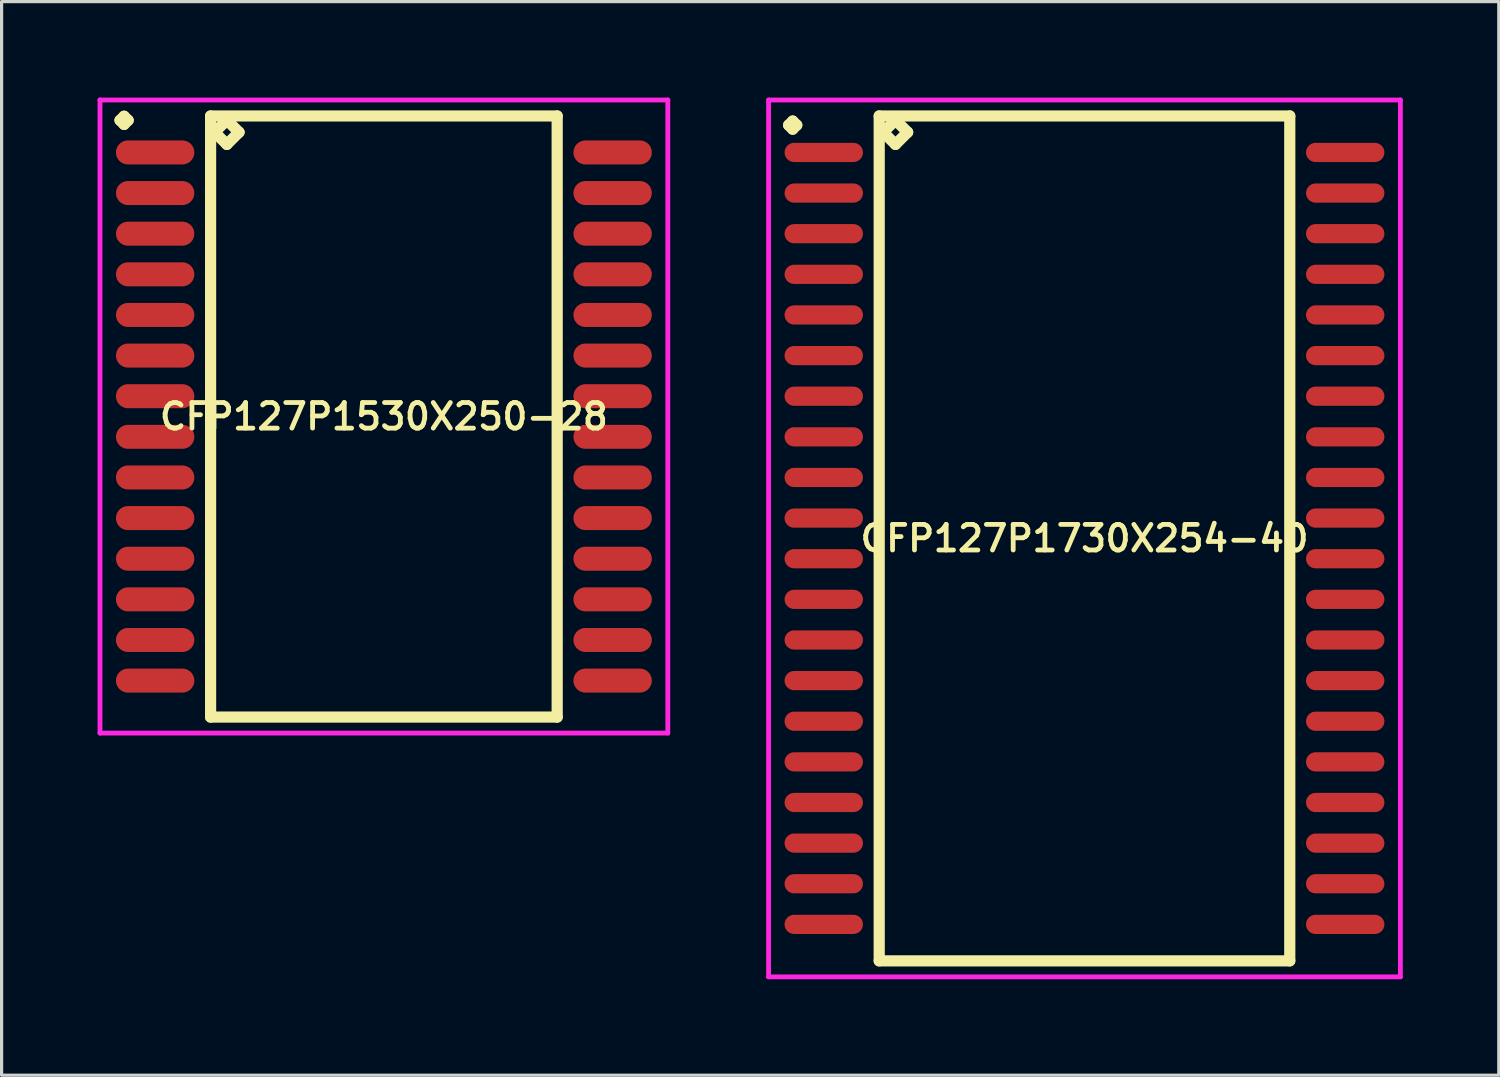
<source format=kicad_pcb>
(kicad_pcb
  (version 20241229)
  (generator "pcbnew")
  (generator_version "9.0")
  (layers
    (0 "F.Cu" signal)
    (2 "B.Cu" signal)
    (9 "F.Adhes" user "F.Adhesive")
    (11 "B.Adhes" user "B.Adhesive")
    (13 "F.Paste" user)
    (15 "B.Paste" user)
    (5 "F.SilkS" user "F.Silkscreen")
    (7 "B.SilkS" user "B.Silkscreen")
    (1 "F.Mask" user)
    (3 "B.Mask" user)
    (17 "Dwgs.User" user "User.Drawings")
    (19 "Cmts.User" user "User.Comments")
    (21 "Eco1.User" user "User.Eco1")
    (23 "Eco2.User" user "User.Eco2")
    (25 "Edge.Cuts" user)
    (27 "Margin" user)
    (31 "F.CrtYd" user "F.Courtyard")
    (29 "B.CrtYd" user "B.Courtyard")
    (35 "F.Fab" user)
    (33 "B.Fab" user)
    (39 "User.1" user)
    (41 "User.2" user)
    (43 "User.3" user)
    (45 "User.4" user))
  (footprint "CFP127P1530X250-28"
    (layer "F.Cu")
    (at 8.95 9.97)
    (property "Reference" "CFP127P1530X250-28" (at 0 0 0) (layer "F.SilkS") (effects (font (size 0.8 0.8) (thickness 0.15))))
    (attr smd)
    (fp_line (start -8.248 -9.259) (end -8.121 -9.386) (stroke (width 0.35) (type solid)) (layer "F.SilkS"))
    (fp_line (start -8.121 -9.386) (end -7.994 -9.259) (stroke (width 0.35) (type solid)) (layer "F.SilkS"))
    (fp_line (start -8.121 -9.132) (end -8.248 -9.259) (stroke (width 0.35) (type solid)) (layer "F.SilkS"))
    (fp_line (start -7.994 -9.259) (end -8.121 -9.132) (stroke (width 0.35) (type solid)) (layer "F.SilkS"))
    (fp_line (start -5.417 -9.395) (end -5.417 9.395) (stroke (width 0.35) (type solid)) (layer "F.SilkS"))
    (fp_line (start -5.417 9.395) (end 5.417 9.395) (stroke (width 0.35) (type solid)) (layer "F.SilkS"))
    (fp_line (start -5.29 -8.887) (end -4.909 -9.268) (stroke (width 0.35) (type solid)) (layer "F.SilkS"))
    (fp_line (start -4.909 -9.268) (end -4.528 -8.887) (stroke (width 0.35) (type solid)) (layer "F.SilkS"))
    (fp_line (start -4.909 -8.506) (end -5.29 -8.887) (stroke (width 0.35) (type solid)) (layer "F.SilkS"))
    (fp_line (start -4.528 -8.887) (end -4.909 -8.506) (stroke (width 0.35) (type solid)) (layer "F.SilkS"))
    (fp_line (start 5.417 -9.395) (end -5.417 -9.395) (stroke (width 0.35) (type solid)) (layer "F.SilkS"))
    (fp_line (start 5.417 9.395) (end 5.417 -9.395) (stroke (width 0.35) (type solid)) (layer "F.SilkS"))
    (fp_line (start -8.875 -9.895) (end 8.875 -9.895) (stroke (width 0.15) (type solid)) (layer "F.CrtYd"))
    (fp_line (start -8.875 9.895) (end -8.875 -9.895) (stroke (width 0.15) (type solid)) (layer "F.CrtYd"))
    (fp_line (start 8.875 -9.895) (end 8.875 9.895) (stroke (width 0.15) (type solid)) (layer "F.CrtYd"))
    (fp_line (start 8.875 9.895) (end -8.875 9.895) (stroke (width 0.15) (type solid)) (layer "F.CrtYd"))
    (pad "1" smd oval (at -7.15 -8.255) (size 2.45 0.75) (layers "F.Cu" "F.Mask" "F.Paste"))
    (pad "2" smd oval (at -7.15 -6.985) (size 2.45 0.75) (layers "F.Cu" "F.Mask" "F.Paste"))
    (pad "3" smd oval (at -7.15 -5.715) (size 2.45 0.75) (layers "F.Cu" "F.Mask" "F.Paste"))
    (pad "4" smd oval (at -7.15 -4.445) (size 2.45 0.75) (layers "F.Cu" "F.Mask" "F.Paste"))
    (pad "5" smd oval (at -7.15 -3.175) (size 2.45 0.75) (layers "F.Cu" "F.Mask" "F.Paste"))
    (pad "6" smd oval (at -7.15 -1.905) (size 2.45 0.75) (layers "F.Cu" "F.Mask" "F.Paste"))
    (pad "7" smd oval (at -7.15 -0.635) (size 2.45 0.75) (layers "F.Cu" "F.Mask" "F.Paste"))
    (pad "8" smd oval (at -7.15 0.635) (size 2.45 0.75) (layers "F.Cu" "F.Mask" "F.Paste"))
    (pad "9" smd oval (at -7.15 1.905) (size 2.45 0.75) (layers "F.Cu" "F.Mask" "F.Paste"))
    (pad "10" smd oval (at -7.15 3.175) (size 2.45 0.75) (layers "F.Cu" "F.Mask" "F.Paste"))
    (pad "11" smd oval (at -7.15 4.445) (size 2.45 0.75) (layers "F.Cu" "F.Mask" "F.Paste"))
    (pad "12" smd oval (at -7.15 5.715) (size 2.45 0.75) (layers "F.Cu" "F.Mask" "F.Paste"))
    (pad "13" smd oval (at -7.15 6.985) (size 2.45 0.75) (layers "F.Cu" "F.Mask" "F.Paste"))
    (pad "14" smd oval (at -7.15 8.255) (size 2.45 0.75) (layers "F.Cu" "F.Mask" "F.Paste"))
    (pad "15" smd oval (at 7.15 8.255) (size 2.45 0.75) (layers "F.Cu" "F.Mask" "F.Paste"))
    (pad "16" smd oval (at 7.15 6.985) (size 2.45 0.75) (layers "F.Cu" "F.Mask" "F.Paste"))
    (pad "17" smd oval (at 7.15 5.715) (size 2.45 0.75) (layers "F.Cu" "F.Mask" "F.Paste"))
    (pad "18" smd oval (at 7.15 4.445) (size 2.45 0.75) (layers "F.Cu" "F.Mask" "F.Paste"))
    (pad "19" smd oval (at 7.15 3.175) (size 2.45 0.75) (layers "F.Cu" "F.Mask" "F.Paste"))
    (pad "20" smd oval (at 7.15 1.905) (size 2.45 0.75) (layers "F.Cu" "F.Mask" "F.Paste"))
    (pad "21" smd oval (at 7.15 0.635) (size 2.45 0.75) (layers "F.Cu" "F.Mask" "F.Paste"))
    (pad "22" smd oval (at 7.15 -0.635) (size 2.45 0.75) (layers "F.Cu" "F.Mask" "F.Paste"))
    (pad "23" smd oval (at 7.15 -1.905) (size 2.45 0.75) (layers "F.Cu" "F.Mask" "F.Paste"))
    (pad "24" smd oval (at 7.15 -3.175) (size 2.45 0.75) (layers "F.Cu" "F.Mask" "F.Paste"))
    (pad "25" smd oval (at 7.15 -4.445) (size 2.45 0.75) (layers "F.Cu" "F.Mask" "F.Paste"))
    (pad "26" smd oval (at 7.15 -5.715) (size 2.45 0.75) (layers "F.Cu" "F.Mask" "F.Paste"))
    (pad "27" smd oval (at 7.15 -6.985) (size 2.45 0.75) (layers "F.Cu" "F.Mask" "F.Paste"))
    (pad "28" smd oval (at 7.15 -8.255) (size 2.45 0.75) (layers "F.Cu" "F.Mask" "F.Paste")))
  (footprint "CFP127P1730X254-40"
    (layer "F.Cu")
    (at 30.85 13.78)
    (property "Reference" "CFP127P1730X254-40" (at 0 0 0) (layer "F.SilkS") (effects (font (size 0.8 0.8) (thickness 0.15))))
    (attr smd)
    (fp_line (start -9.248 -12.919) (end -9.121 -13.046) (stroke (width 0.35) (type solid)) (layer "F.SilkS"))
    (fp_line (start -9.121 -13.046) (end -8.994 -12.919) (stroke (width 0.35) (type solid)) (layer "F.SilkS"))
    (fp_line (start -9.121 -12.792) (end -9.248 -12.919) (stroke (width 0.35) (type solid)) (layer "F.SilkS"))
    (fp_line (start -8.994 -12.919) (end -9.121 -12.792) (stroke (width 0.35) (type solid)) (layer "F.SilkS"))
    (fp_line (start -6.417 -13.205) (end -6.417 13.205) (stroke (width 0.35) (type solid)) (layer "F.SilkS"))
    (fp_line (start -6.417 13.205) (end 6.417 13.205) (stroke (width 0.35) (type solid)) (layer "F.SilkS"))
    (fp_line (start -6.29 -12.697) (end -5.909 -13.078) (stroke (width 0.35) (type solid)) (layer "F.SilkS"))
    (fp_line (start -5.909 -13.078) (end -5.528 -12.697) (stroke (width 0.35) (type solid)) (layer "F.SilkS"))
    (fp_line (start -5.909 -12.316) (end -6.29 -12.697) (stroke (width 0.35) (type solid)) (layer "F.SilkS"))
    (fp_line (start -5.528 -12.697) (end -5.909 -12.316) (stroke (width 0.35) (type solid)) (layer "F.SilkS"))
    (fp_line (start 6.417 -13.205) (end -6.417 -13.205) (stroke (width 0.35) (type solid)) (layer "F.SilkS"))
    (fp_line (start 6.417 13.205) (end 6.417 -13.205) (stroke (width 0.35) (type solid)) (layer "F.SilkS"))
    (fp_line (start -9.875 -13.705) (end 9.875 -13.705) (stroke (width 0.15) (type solid)) (layer "F.CrtYd"))
    (fp_line (start -9.875 13.705) (end -9.875 -13.705) (stroke (width 0.15) (type solid)) (layer "F.CrtYd"))
    (fp_line (start 9.875 -13.705) (end 9.875 13.705) (stroke (width 0.15) (type solid)) (layer "F.CrtYd"))
    (fp_line (start 9.875 13.705) (end -9.875 13.705) (stroke (width 0.15) (type solid)) (layer "F.CrtYd"))
    (pad "1" smd oval (at -8.15 -12.065) (size 2.45 0.6) (layers "F.Cu" "F.Mask" "F.Paste"))
    (pad "2" smd oval (at -8.15 -10.795) (size 2.45 0.6) (layers "F.Cu" "F.Mask" "F.Paste"))
    (pad "3" smd oval (at -8.15 -9.525) (size 2.45 0.6) (layers "F.Cu" "F.Mask" "F.Paste"))
    (pad "4" smd oval (at -8.15 -8.255) (size 2.45 0.6) (layers "F.Cu" "F.Mask" "F.Paste"))
    (pad "5" smd oval (at -8.15 -6.985) (size 2.45 0.6) (layers "F.Cu" "F.Mask" "F.Paste"))
    (pad "6" smd oval (at -8.15 -5.715) (size 2.45 0.6) (layers "F.Cu" "F.Mask" "F.Paste"))
    (pad "7" smd oval (at -8.15 -4.445) (size 2.45 0.6) (layers "F.Cu" "F.Mask" "F.Paste"))
    (pad "8" smd oval (at -8.15 -3.175) (size 2.45 0.6) (layers "F.Cu" "F.Mask" "F.Paste"))
    (pad "9" smd oval (at -8.15 -1.905) (size 2.45 0.6) (layers "F.Cu" "F.Mask" "F.Paste"))
    (pad "10" smd oval (at -8.15 -0.635) (size 2.45 0.6) (layers "F.Cu" "F.Mask" "F.Paste"))
    (pad "11" smd oval (at -8.15 0.635) (size 2.45 0.6) (layers "F.Cu" "F.Mask" "F.Paste"))
    (pad "12" smd oval (at -8.15 1.905) (size 2.45 0.6) (layers "F.Cu" "F.Mask" "F.Paste"))
    (pad "13" smd oval (at -8.15 3.175) (size 2.45 0.6) (layers "F.Cu" "F.Mask" "F.Paste"))
    (pad "14" smd oval (at -8.15 4.445) (size 2.45 0.6) (layers "F.Cu" "F.Mask" "F.Paste"))
    (pad "15" smd oval (at -8.15 5.715) (size 2.45 0.6) (layers "F.Cu" "F.Mask" "F.Paste"))
    (pad "16" smd oval (at -8.15 6.985) (size 2.45 0.6) (layers "F.Cu" "F.Mask" "F.Paste"))
    (pad "17" smd oval (at -8.15 8.255) (size 2.45 0.6) (layers "F.Cu" "F.Mask" "F.Paste"))
    (pad "18" smd oval (at -8.15 9.525) (size 2.45 0.6) (layers "F.Cu" "F.Mask" "F.Paste"))
    (pad "19" smd oval (at -8.15 10.795) (size 2.45 0.6) (layers "F.Cu" "F.Mask" "F.Paste"))
    (pad "20" smd oval (at -8.15 12.065) (size 2.45 0.6) (layers "F.Cu" "F.Mask" "F.Paste"))
    (pad "21" smd oval (at 8.15 12.065) (size 2.45 0.6) (layers "F.Cu" "F.Mask" "F.Paste"))
    (pad "22" smd oval (at 8.15 10.795) (size 2.45 0.6) (layers "F.Cu" "F.Mask" "F.Paste"))
    (pad "23" smd oval (at 8.15 9.525) (size 2.45 0.6) (layers "F.Cu" "F.Mask" "F.Paste"))
    (pad "24" smd oval (at 8.15 8.255) (size 2.45 0.6) (layers "F.Cu" "F.Mask" "F.Paste"))
    (pad "25" smd oval (at 8.15 6.985) (size 2.45 0.6) (layers "F.Cu" "F.Mask" "F.Paste"))
    (pad "26" smd oval (at 8.15 5.715) (size 2.45 0.6) (layers "F.Cu" "F.Mask" "F.Paste"))
    (pad "27" smd oval (at 8.15 4.445) (size 2.45 0.6) (layers "F.Cu" "F.Mask" "F.Paste"))
    (pad "28" smd oval (at 8.15 3.175) (size 2.45 0.6) (layers "F.Cu" "F.Mask" "F.Paste"))
    (pad "29" smd oval (at 8.15 1.905) (size 2.45 0.6) (layers "F.Cu" "F.Mask" "F.Paste"))
    (pad "30" smd oval (at 8.15 0.635) (size 2.45 0.6) (layers "F.Cu" "F.Mask" "F.Paste"))
    (pad "31" smd oval (at 8.15 -0.635) (size 2.45 0.6) (layers "F.Cu" "F.Mask" "F.Paste"))
    (pad "32" smd oval (at 8.15 -1.905) (size 2.45 0.6) (layers "F.Cu" "F.Mask" "F.Paste"))
    (pad "33" smd oval (at 8.15 -3.175) (size 2.45 0.6) (layers "F.Cu" "F.Mask" "F.Paste"))
    (pad "34" smd oval (at 8.15 -4.445) (size 2.45 0.6) (layers "F.Cu" "F.Mask" "F.Paste"))
    (pad "35" smd oval (at 8.15 -5.715) (size 2.45 0.6) (layers "F.Cu" "F.Mask" "F.Paste"))
    (pad "36" smd oval (at 8.15 -6.985) (size 2.45 0.6) (layers "F.Cu" "F.Mask" "F.Paste"))
    (pad "37" smd oval (at 8.15 -8.255) (size 2.45 0.6) (layers "F.Cu" "F.Mask" "F.Paste"))
    (pad "38" smd oval (at 8.15 -9.525) (size 2.45 0.6) (layers "F.Cu" "F.Mask" "F.Paste"))
    (pad "39" smd oval (at 8.15 -10.795) (size 2.45 0.6) (layers "F.Cu" "F.Mask" "F.Paste"))
    (pad "40" smd oval (at 8.15 -12.065) (size 2.45 0.6) (layers "F.Cu" "F.Mask" "F.Paste")))
  (gr_rect
    (start -3 -3)
    (end 43.8 30.56)
    (stroke (width 0.1) (type default))
    (fill no)
    (layer "Edge.Cuts")))
</source>
